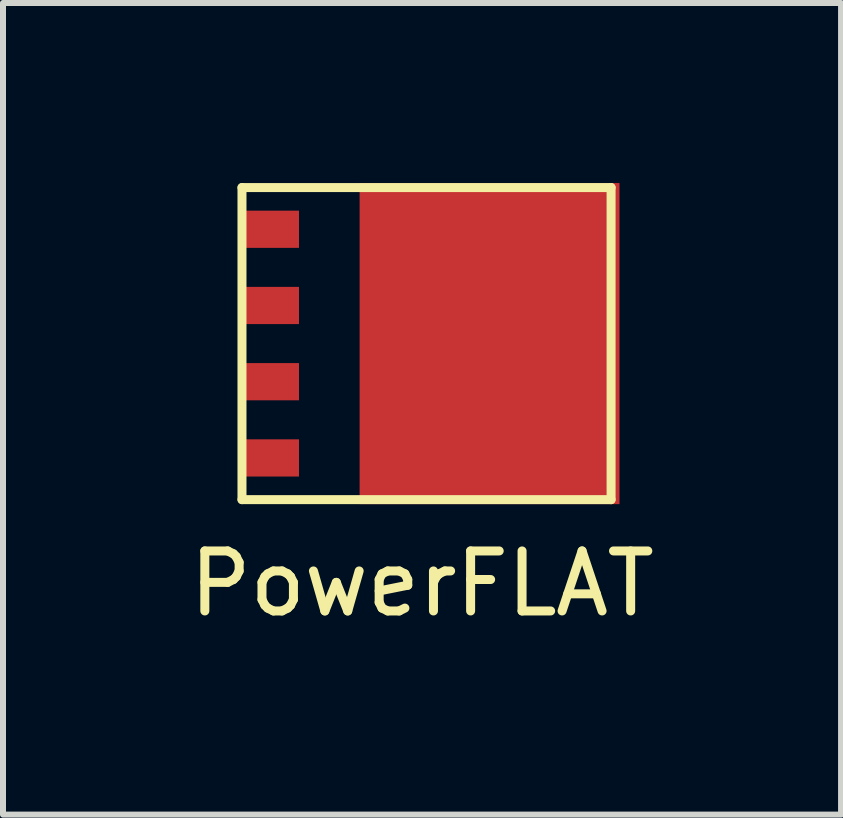
<source format=kicad_pcb>
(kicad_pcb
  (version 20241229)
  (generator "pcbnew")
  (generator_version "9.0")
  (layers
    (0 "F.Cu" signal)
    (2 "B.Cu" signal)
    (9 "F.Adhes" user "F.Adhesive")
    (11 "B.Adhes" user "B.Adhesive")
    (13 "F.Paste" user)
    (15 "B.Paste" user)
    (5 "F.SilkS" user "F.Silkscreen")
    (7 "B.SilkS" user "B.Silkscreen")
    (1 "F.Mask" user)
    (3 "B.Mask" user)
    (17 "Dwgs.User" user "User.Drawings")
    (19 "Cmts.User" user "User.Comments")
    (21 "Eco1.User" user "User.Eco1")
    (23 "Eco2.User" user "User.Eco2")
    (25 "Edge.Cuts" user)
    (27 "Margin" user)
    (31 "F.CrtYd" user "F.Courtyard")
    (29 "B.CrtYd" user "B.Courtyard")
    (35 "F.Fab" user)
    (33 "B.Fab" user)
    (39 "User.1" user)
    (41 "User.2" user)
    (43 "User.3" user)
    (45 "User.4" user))
  (footprint "PowerFLAT"
    (layer "F.Cu")
    (at 0.982 2.675)
    (property "Reference" "PowerFLAT" (at 3 4 0) (layer "F.SilkS") (effects (font (size 1 1) (thickness 0.15))))
    (attr through_hole)
    (fp_line (start 0 -2.6) (end 6.15 -2.6) (stroke (width 0.15) (type solid)) (layer "F.SilkS"))
    (fp_line (start 0 2.6) (end 0 -2.6) (stroke (width 0.15) (type solid)) (layer "F.SilkS"))
    (fp_line (start 6.15 -2.6) (end 6.15 2.6) (stroke (width 0.15) (type solid)) (layer "F.SilkS"))
    (fp_line (start 6.15 2.6) (end 0 2.6) (stroke (width 0.15) (type solid)) (layer "F.SilkS"))
    (pad "1" smd rect (at 0.475 -1.905) (size 0.95 0.62) (layers "F.Cu" "F.Mask" "F.Paste"))
    (pad "2" smd rect (at 0.475 -0.635) (size 0.95 0.62) (layers "F.Cu" "F.Mask" "F.Paste"))
    (pad "3" smd rect (at 0.475 0.635) (size 0.95 0.62) (layers "F.Cu" "F.Mask" "F.Paste"))
    (pad "4" smd rect (at 0.475 1.905) (size 0.95 0.62) (layers "F.Cu" "F.Mask" "F.Paste"))
    (pad "5" smd rect (at 4.125 0) (size 4.33 5.35) (layers "F.Cu" "F.Mask" "F.Paste")))
  (gr_rect
    (start -3 -3)
    (end 10.964 10.523)
    (stroke (width 0.1) (type default))
    (fill no)
    (layer "Edge.Cuts")))
</source>
